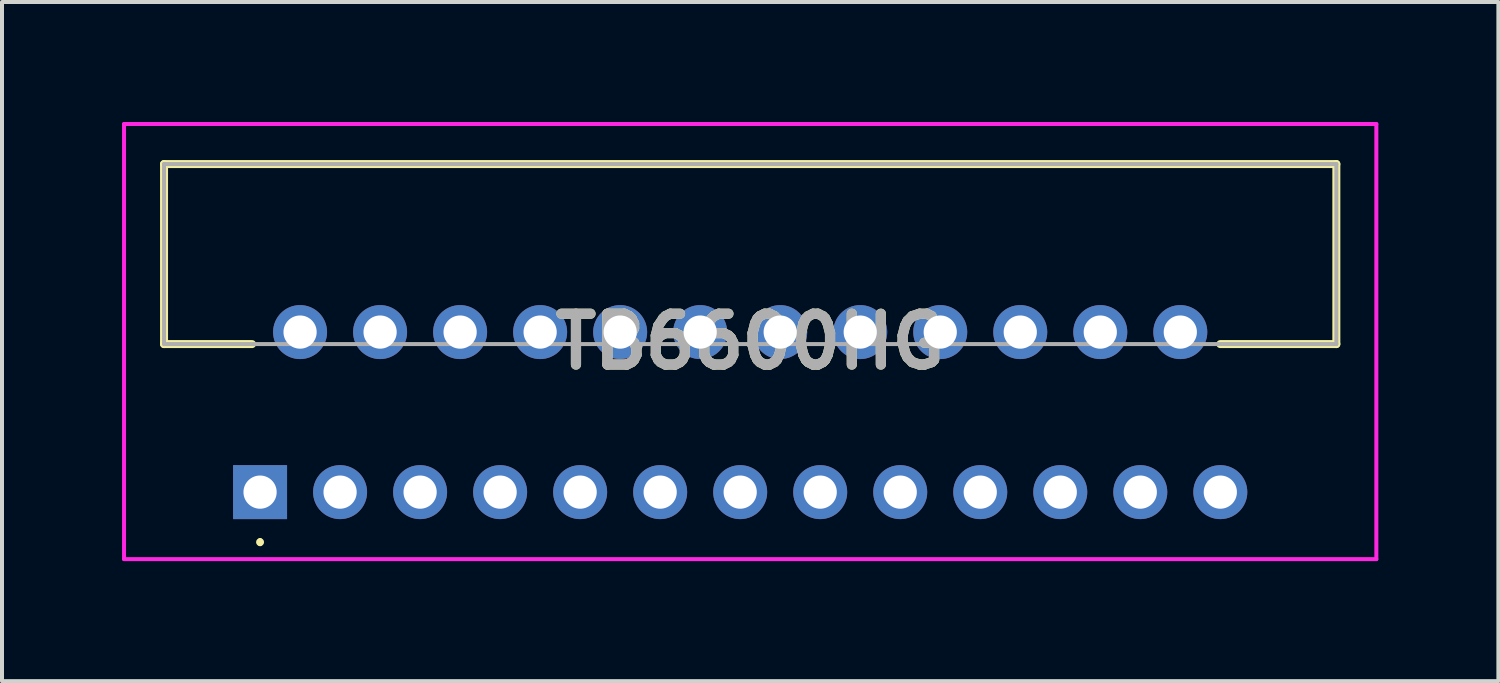
<source format=kicad_pcb>
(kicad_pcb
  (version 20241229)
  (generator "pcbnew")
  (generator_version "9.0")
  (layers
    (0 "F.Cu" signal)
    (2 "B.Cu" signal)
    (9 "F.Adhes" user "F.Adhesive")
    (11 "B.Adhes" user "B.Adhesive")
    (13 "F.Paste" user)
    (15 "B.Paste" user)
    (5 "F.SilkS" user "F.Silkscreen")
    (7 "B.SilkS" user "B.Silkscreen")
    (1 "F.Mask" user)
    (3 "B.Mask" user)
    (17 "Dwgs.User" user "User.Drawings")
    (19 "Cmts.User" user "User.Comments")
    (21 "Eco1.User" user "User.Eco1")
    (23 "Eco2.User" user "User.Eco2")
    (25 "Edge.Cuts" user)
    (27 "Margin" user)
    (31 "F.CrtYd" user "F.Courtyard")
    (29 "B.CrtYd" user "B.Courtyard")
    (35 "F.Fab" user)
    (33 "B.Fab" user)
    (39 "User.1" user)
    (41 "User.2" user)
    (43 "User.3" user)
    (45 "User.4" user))
  (footprint "TB6600HG"
    (layer "F.Cu")
    (at 3.45 9.25)
    (property "Reference" "TB6600HG" (at 12.25 -3.763 0) (layer "F.SilkS") (effects (font (size 1.27 1.27) (thickness 0.254))))
    (attr through_hole)
    (fp_line (start -2.4 -8.2) (end 26.9 -8.2) (stroke (width 0.2) (type solid)) (layer "F.SilkS"))
    (fp_line (start -2.4 -3.7) (end -2.4 -8.2) (stroke (width 0.2) (type solid)) (layer "F.SilkS"))
    (fp_line (start -0.2 -3.7) (end -2.4 -3.7) (stroke (width 0.2) (type solid)) (layer "F.SilkS"))
    (fp_line (start 0 1.2) (end 0 1.2) (stroke (width 0.1) (type solid)) (layer "F.SilkS"))
    (fp_line (start 0 1.3) (end 0 1.3) (stroke (width 0.1) (type solid)) (layer "F.SilkS"))
    (fp_line (start 26.9 -8.2) (end 26.9 -3.7) (stroke (width 0.2) (type solid)) (layer "F.SilkS"))
    (fp_line (start 26.9 -3.7) (end 24 -3.7) (stroke (width 0.2) (type solid)) (layer "F.SilkS"))
    (fp_arc (start 0 1.2) (mid 0.05 1.25) (end 0 1.3) (stroke (width 0.1) (type solid)) (layer "F.SilkS"))
    (fp_arc (start 0 1.3) (mid -0.05 1.25) (end 0 1.2) (stroke (width 0.1) (type solid)) (layer "F.SilkS"))
    (fp_line (start -3.4 -9.2) (end 27.9 -9.2) (stroke (width 0.1) (type solid)) (layer "F.CrtYd"))
    (fp_line (start -3.4 1.674) (end -3.4 -9.2) (stroke (width 0.1) (type solid)) (layer "F.CrtYd"))
    (fp_line (start 27.9 -9.2) (end 27.9 1.674) (stroke (width 0.1) (type solid)) (layer "F.CrtYd"))
    (fp_line (start 27.9 1.674) (end -3.4 1.674) (stroke (width 0.1) (type solid)) (layer "F.CrtYd"))
    (fp_line (start -2.4 -8.2) (end 26.9 -8.2) (stroke (width 0.1) (type solid)) (layer "F.Fab"))
    (fp_line (start -2.4 -3.7) (end -2.4 -8.2) (stroke (width 0.1) (type solid)) (layer "F.Fab"))
    (fp_line (start 26.9 -8.2) (end 26.9 -3.7) (stroke (width 0.1) (type solid)) (layer "F.Fab"))
    (fp_line (start 26.9 -3.7) (end -2.4 -3.7) (stroke (width 0.1) (type solid)) (layer "F.Fab"))
    (fp_text user "${REFERENCE}" (at 12.25 -3.763 0) (layer "F.Fab") (effects (font (size 1.27 1.27) (thickness 0.254))))
    (pad "1" thru_hole rect (at 0 0) (size 1.349 1.349) (drill 0.83) (layers "*.Cu" "*.Mask"))
    (pad "2" thru_hole circle (at 1 -4) (size 1.349 1.349) (drill 0.83) (layers "*.Cu" "*.Mask"))
    (pad "3" thru_hole circle (at 2 0) (size 1.349 1.349) (drill 0.83) (layers "*.Cu" "*.Mask"))
    (pad "4" thru_hole circle (at 3 -4) (size 1.349 1.349) (drill 0.83) (layers "*.Cu" "*.Mask"))
    (pad "5" thru_hole circle (at 4 0) (size 1.349 1.349) (drill 0.83) (layers "*.Cu" "*.Mask"))
    (pad "6" thru_hole circle (at 5 -4) (size 1.349 1.349) (drill 0.83) (layers "*.Cu" "*.Mask"))
    (pad "7" thru_hole circle (at 6 0) (size 1.349 1.349) (drill 0.83) (layers "*.Cu" "*.Mask"))
    (pad "8" thru_hole circle (at 7 -4) (size 1.349 1.349) (drill 0.83) (layers "*.Cu" "*.Mask"))
    (pad "9" thru_hole circle (at 8 0) (size 1.349 1.349) (drill 0.83) (layers "*.Cu" "*.Mask"))
    (pad "10" thru_hole circle (at 9 -4) (size 1.349 1.349) (drill 0.83) (layers "*.Cu" "*.Mask"))
    (pad "11" thru_hole circle (at 10 0) (size 1.349 1.349) (drill 0.83) (layers "*.Cu" "*.Mask"))
    (pad "12" thru_hole circle (at 11 -4) (size 1.349 1.349) (drill 0.83) (layers "*.Cu" "*.Mask"))
    (pad "13" thru_hole circle (at 12 0) (size 1.349 1.349) (drill 0.83) (layers "*.Cu" "*.Mask"))
    (pad "14" thru_hole circle (at 13 -4) (size 1.349 1.349) (drill 0.83) (layers "*.Cu" "*.Mask"))
    (pad "15" thru_hole circle (at 14 0) (size 1.349 1.349) (drill 0.83) (layers "*.Cu" "*.Mask"))
    (pad "16" thru_hole circle (at 15 -4) (size 1.349 1.349) (drill 0.83) (layers "*.Cu" "*.Mask"))
    (pad "17" thru_hole circle (at 16 0) (size 1.349 1.349) (drill 0.83) (layers "*.Cu" "*.Mask"))
    (pad "18" thru_hole circle (at 17 -4) (size 1.349 1.349) (drill 0.83) (layers "*.Cu" "*.Mask"))
    (pad "19" thru_hole circle (at 18 0) (size 1.349 1.349) (drill 0.83) (layers "*.Cu" "*.Mask"))
    (pad "20" thru_hole circle (at 19 -4) (size 1.349 1.349) (drill 0.83) (layers "*.Cu" "*.Mask"))
    (pad "21" thru_hole circle (at 20 0) (size 1.349 1.349) (drill 0.83) (layers "*.Cu" "*.Mask"))
    (pad "22" thru_hole circle (at 21 -4) (size 1.349 1.349) (drill 0.83) (layers "*.Cu" "*.Mask"))
    (pad "23" thru_hole circle (at 22 0) (size 1.349 1.349) (drill 0.83) (layers "*.Cu" "*.Mask"))
    (pad "24" thru_hole circle (at 23 -4) (size 1.349 1.349) (drill 0.83) (layers "*.Cu" "*.Mask"))
    (pad "25" thru_hole circle (at 24 0) (size 1.349 1.349) (drill 0.83) (layers "*.Cu" "*.Mask")))
  (gr_rect
    (start -3 -3)
    (end 34.4 13.974)
    (stroke (width 0.1) (type default))
    (fill no)
    (layer "Edge.Cuts")))
</source>
